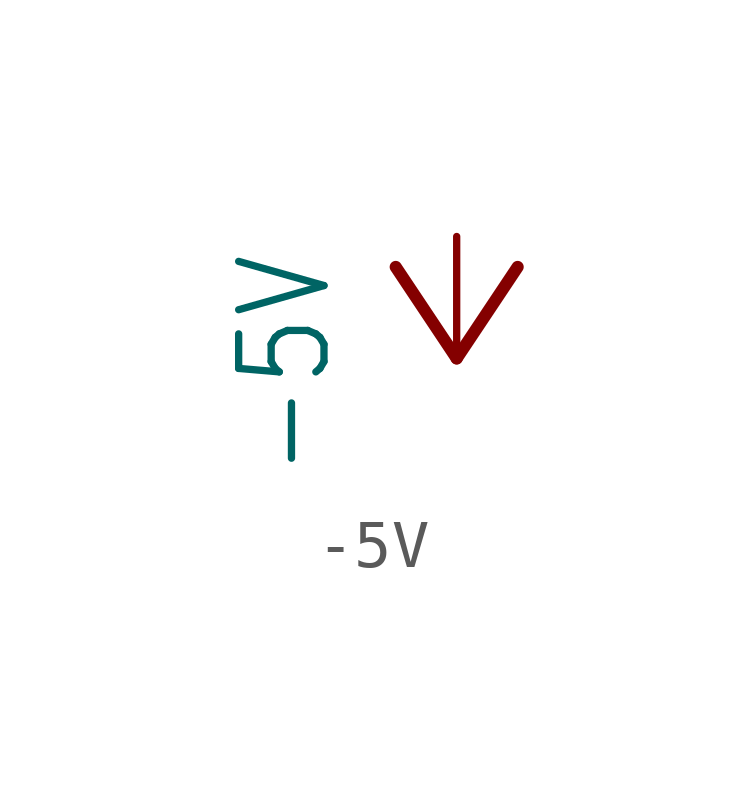
<source format=kicad_sym>
(kicad_symbol_lib
  (version 20220914)
  (generator kicad_symbol_editor)
  (symbol "-5V"
    (power)
    (property "Reference" "#P-"
      (at 0 0 0)
      (effects (font (size 1.27 1.27)) hide))
    (property "Value" "-5V"
      (at -2.54 -2.54 90)
      (effects (font (size 1.778 1.511)) (justify left bottom)))
    (property "ki_locked" ""
      (at 0 0 0)
      (effects (font (size 1.27 1.27))))
    (symbol "-5V_1_0"
      (polyline (pts (xy -1.27 1.905) (xy 0 0)) (stroke (width 0.254) (type solid)) (fill (type none)))
      (polyline (pts (xy 0 0) (xy 1.27 1.905)) (stroke (width 0.254) (type solid)) (fill (type none)))
      (pin power_in line (at 0 2.54 270) (length 2.54) (name "-5V" (effects (font (size 0 0)))) (number "1" (effects (font (size 0 0))))))))
</source>
